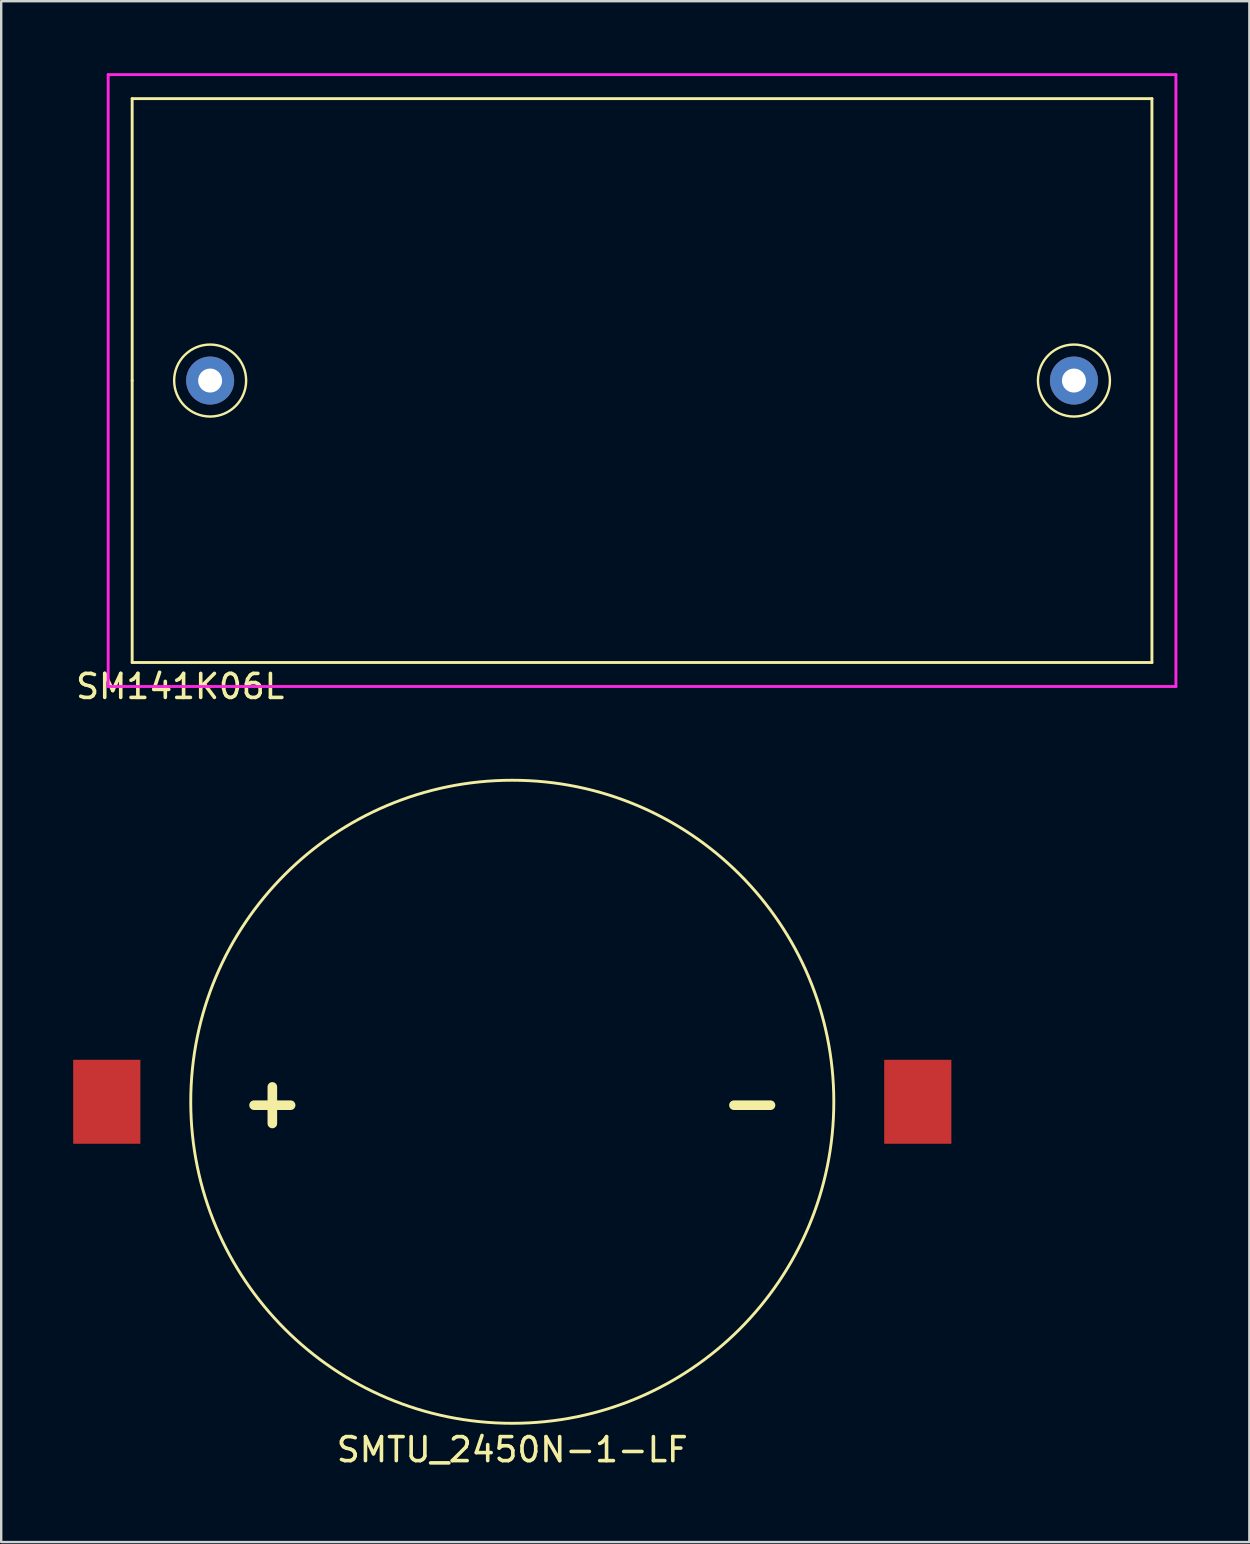
<source format=kicad_pcb>
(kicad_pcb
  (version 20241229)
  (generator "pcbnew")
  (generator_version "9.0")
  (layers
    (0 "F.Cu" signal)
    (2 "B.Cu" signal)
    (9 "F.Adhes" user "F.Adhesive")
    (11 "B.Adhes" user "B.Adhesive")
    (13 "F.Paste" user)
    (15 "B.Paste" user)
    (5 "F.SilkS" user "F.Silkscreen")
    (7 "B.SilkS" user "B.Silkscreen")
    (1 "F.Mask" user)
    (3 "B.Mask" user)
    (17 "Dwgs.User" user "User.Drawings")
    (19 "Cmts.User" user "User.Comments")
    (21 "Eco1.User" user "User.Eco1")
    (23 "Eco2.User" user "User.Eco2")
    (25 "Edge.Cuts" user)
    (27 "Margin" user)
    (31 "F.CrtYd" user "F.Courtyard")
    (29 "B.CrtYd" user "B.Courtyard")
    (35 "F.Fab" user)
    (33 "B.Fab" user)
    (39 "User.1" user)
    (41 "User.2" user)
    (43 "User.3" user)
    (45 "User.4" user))
  (footprint "SMTU_2450N-1-LF"
    (layer "F.Cu")
    (at 18.3 42.868)
    (property "Reference" "SMTU_2450N-1-LF" (at 0 14.5 0) (layer "F.SilkS") (effects (font (size 1 1) (thickness 0.15))))
    (attr smd)
    (fp_circle (center 0 0) (end 13.4 0) (stroke (width 0.12) (type solid)) (fill no) (layer "F.SilkS"))
    (fp_text user "+" (at -10 0 0) (layer "F.SilkS") (effects (font (size 2 2) (thickness 0.4))))
    (fp_text user "-" (at 10 0 0) (layer "F.SilkS") (effects (font (size 2 2) (thickness 0.4))))
    (pad "1" smd rect (at -16.9 0) (size 2.8 3.5) (layers "F.Cu" "F.Mask" "F.Paste"))
    (pad "2" smd rect (at 16.9 0) (size 2.8 3.5) (layers "F.Cu" "F.Mask" "F.Paste")))
  (footprint "SM141K06L"
    (layer "F.Cu")
    (at 23.708 12.81)
    (property "Reference" "SM141K06L" (at -19.25 12.75 0) (layer "F.SilkS") (effects (font (size 1 1) (thickness 0.15))))
    (attr through_hole)
    (fp_line (start -21.25 -11.75) (end 21.25 -11.75) (stroke (width 0.12) (type solid)) (layer "F.SilkS"))
    (fp_line (start -21.25 0) (end -21.25 -11.75) (stroke (width 0.12) (type solid)) (layer "F.SilkS"))
    (fp_line (start -21.25 11.75) (end -21.25 0) (stroke (width 0.12) (type solid)) (layer "F.SilkS"))
    (fp_line (start 21.25 -11.75) (end 21.25 11.75) (stroke (width 0.12) (type solid)) (layer "F.SilkS"))
    (fp_line (start 21.25 11.75) (end -21.25 11.75) (stroke (width 0.12) (type solid)) (layer "F.SilkS"))
    (fp_circle (center -18 0) (end -16.5 0) (stroke (width 0.1) (type solid)) (fill no) (layer "F.SilkS"))
    (fp_circle (center 18 0) (end 19.5 0) (stroke (width 0.1) (type solid)) (fill no) (layer "F.SilkS"))
    (fp_line (start -22.25 -12.75) (end 22.25 -12.75) (stroke (width 0.12) (type solid)) (layer "F.CrtYd"))
    (fp_line (start -22.25 12.75) (end -22.25 -12.75) (stroke (width 0.12) (type solid)) (layer "F.CrtYd"))
    (fp_line (start 22.25 -12.75) (end 22.25 12.75) (stroke (width 0.12) (type solid)) (layer "F.CrtYd"))
    (fp_line (start 22.25 12.75) (end -22.25 12.75) (stroke (width 0.12) (type solid)) (layer "F.CrtYd"))
    (pad "1" thru_hole circle (at 18 0) (size 2 2) (drill 1) (layers "*.Cu" "*.Mask"))
    (pad "2" thru_hole circle (at -18 0) (size 2 2) (drill 1) (layers "*.Cu" "*.Mask")))
  (gr_rect
    (start -3 -3)
    (end 49.018 61.217)
    (stroke (width 0.1) (type default))
    (fill no)
    (layer "Edge.Cuts")))
</source>
